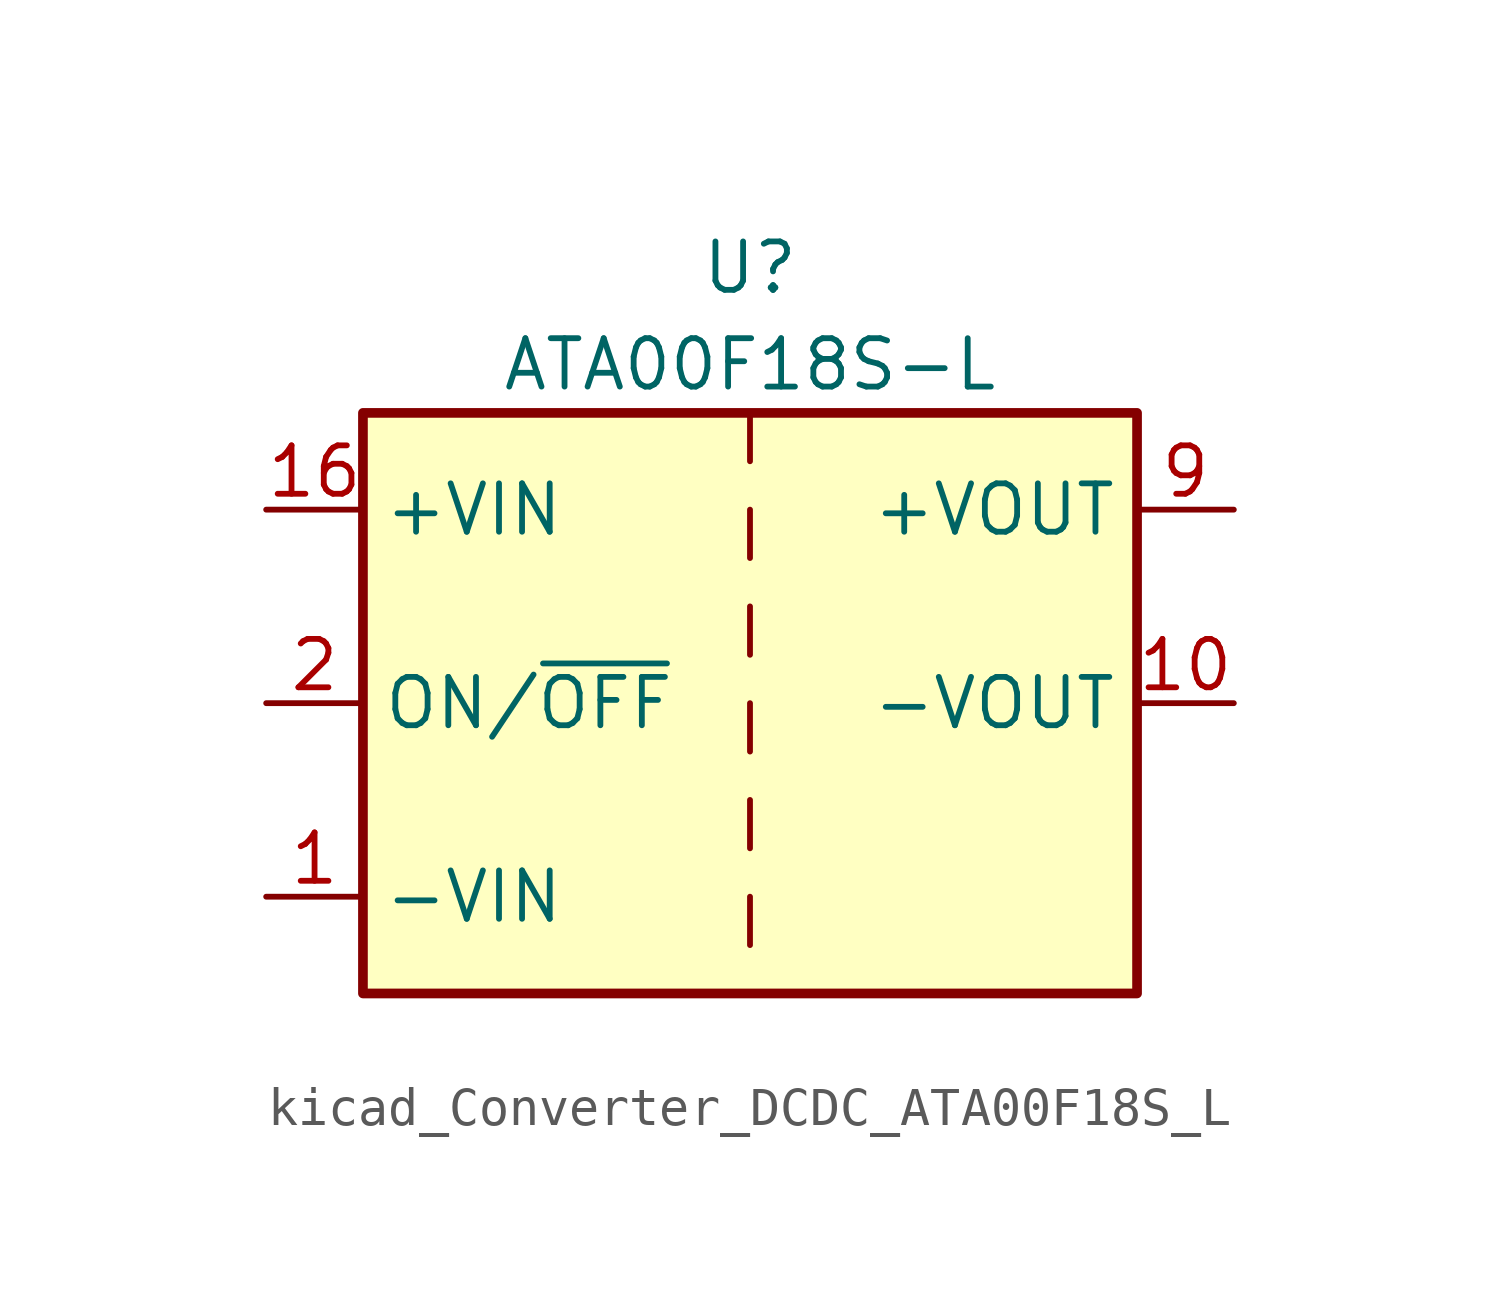
<source format=kicad_sym>
(kicad_symbol_lib
  (version 20220914)
  (generator kicad_symbol_editor)
  (symbol "kicad_Converter_DCDC_ATA00F18S_L"
    (property "Reference" "U"
      (at 0 11.43 0)
      (effects (font (size 1.27 1.27))))
    (property "Value" "ATA00F18S-L"
      (at 0 8.89 0)
      (effects (font (size 1.27 1.27))))
    (symbol "kicad_Converter_DCDC_ATA00F18S_L_0_1"
      (rectangle (start -10.16 7.62) (end 10.16 -7.62) (stroke (width 0.254) (type default)) (fill (type background)))
      (polyline (pts (xy 0 -5.08) (xy 0 -6.35)) (stroke (width 0) (type default)) (fill (type none)))
      (polyline (pts (xy 0 -2.54) (xy 0 -3.81)) (stroke (width 0) (type default)) (fill (type none)))
      (polyline (pts (xy 0 0) (xy 0 -1.27)) (stroke (width 0) (type default)) (fill (type none)))
      (polyline (pts (xy 0 2.54) (xy 0 1.27)) (stroke (width 0) (type default)) (fill (type none)))
      (polyline (pts (xy 0 5.08) (xy 0 3.81)) (stroke (width 0) (type default)) (fill (type none)))
      (polyline (pts (xy 0 7.62) (xy 0 6.35)) (stroke (width 0) (type default)) (fill (type none))))
    (symbol "kicad_Converter_DCDC_ATA00F18S_L_1_1"
      (pin power_in line (at -12.7 -5.08 0) (length 2.54) (name "-VIN" (effects (font (size 1.27 1.27)))) (number "1" (effects (font (size 1.27 1.27)))))
      (pin power_out line (at 12.7 0 180) (length 2.54) (name "-VOUT" (effects (font (size 1.27 1.27)))) (number "10" (effects (font (size 1.27 1.27)))))
      (pin power_in line (at -12.7 5.08 0) (length 2.54) (name "+VIN" (effects (font (size 1.27 1.27)))) (number "16" (effects (font (size 1.27 1.27)))))
      (pin input line (at -12.7 0 0) (length 2.54) (name "ON/~{OFF}" (effects (font (size 1.27 1.27)))) (number "2" (effects (font (size 1.27 1.27)))))
      (pin no_connect line (at 10.16 -2.54 180) (length 2.54) hide (name "NC" (effects (font (size 1.27 1.27)))) (number "7" (effects (font (size 1.27 1.27)))))
      (pin no_connect line (at 10.16 -5.08 180) (length 2.54) hide (name "NC" (effects (font (size 1.27 1.27)))) (number "8" (effects (font (size 1.27 1.27)))))
      (pin power_out line (at 12.7 5.08 180) (length 2.54) (name "+VOUT" (effects (font (size 1.27 1.27)))) (number "9" (effects (font (size 1.27 1.27))))))))
</source>
